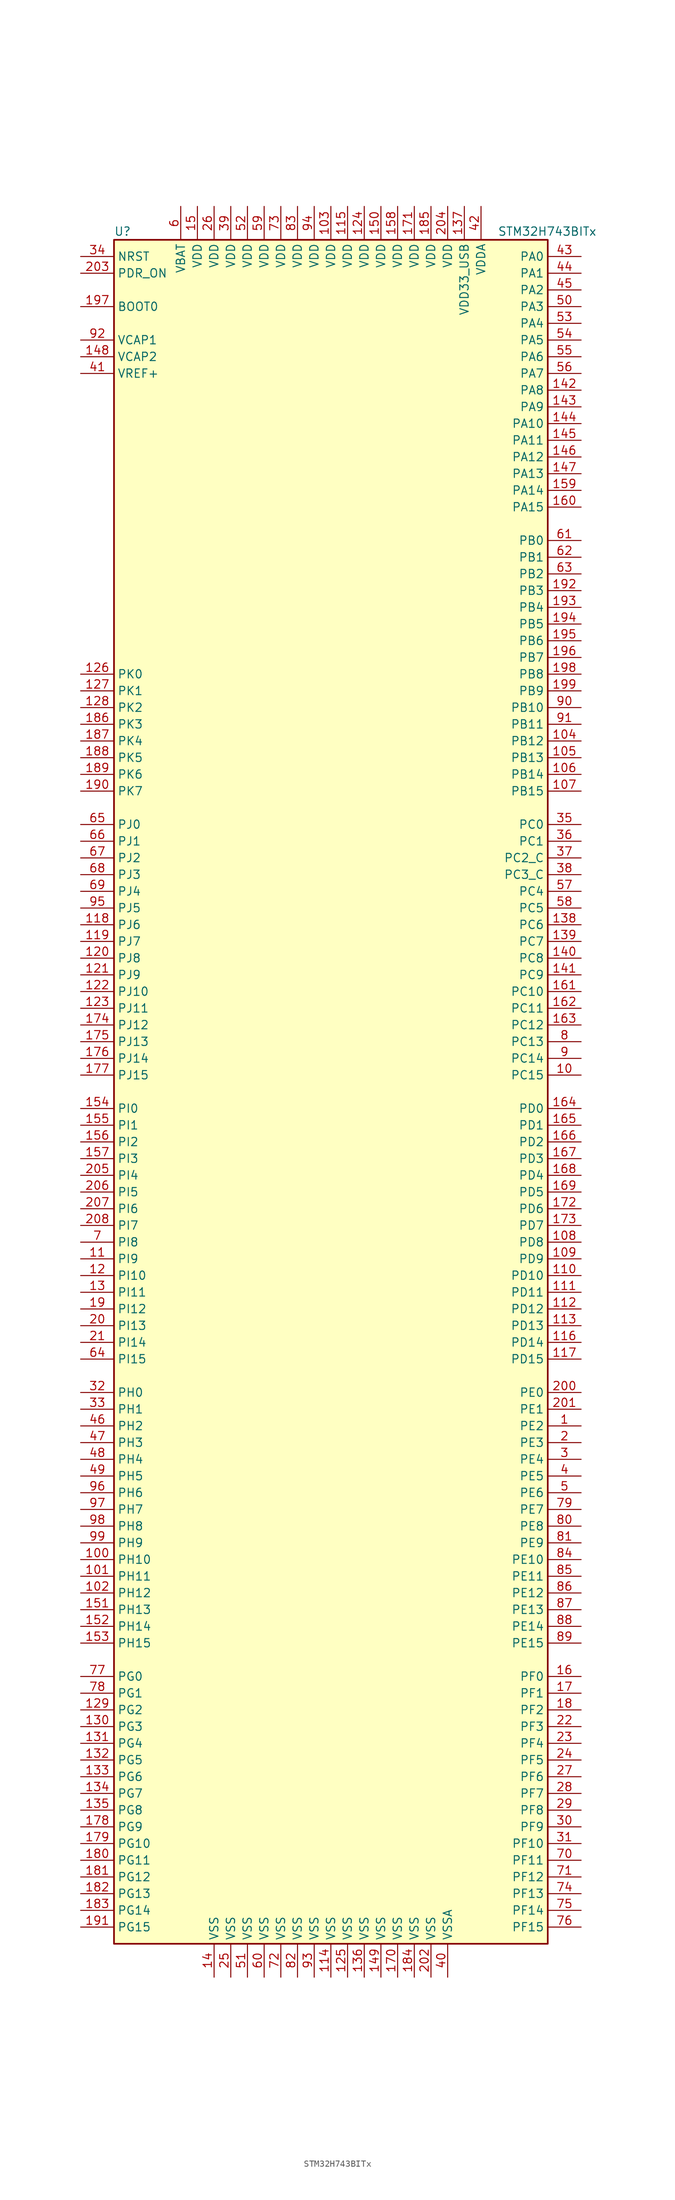
<source format=kicad_sym>
(kicad_symbol_lib
  (version 20201005)
  (generator kicad_symbol_editor)
  (symbol "STM32H743BITx"
    (property "Reference" "U"
      (at -33.02 130.81 0)
      (effects (font (size 1.27 1.27)) (justify left)))
    (property "Value" "STM32H743BITx"
      (at 25.4 130.81 0)
      (effects (font (size 1.27 1.27)) (justify left)))
    (symbol "STM32H743BITx_0_1"
      (rectangle (start -33.02 -129.54) (end 33.02 129.54) (stroke (width 0.254)) (fill (type background))))
    (symbol "STM32H743BITx_1_1"
      (pin bidirectional line (at 38.1 -50.8 180) (length 5.08) (name "PE2" (effects (font (size 1.27 1.27)))) (number "1" (effects (font (size 1.27 1.27)))))
      (pin bidirectional line (at 38.1 2.54 180) (length 5.08) (name "PC15" (effects (font (size 1.27 1.27)))) (number "10" (effects (font (size 1.27 1.27)))))
      (pin bidirectional line (at -38.1 -71.12 0) (length 5.08) (name "PH10" (effects (font (size 1.27 1.27)))) (number "100" (effects (font (size 1.27 1.27)))))
      (pin bidirectional line (at -38.1 -73.66 0) (length 5.08) (name "PH11" (effects (font (size 1.27 1.27)))) (number "101" (effects (font (size 1.27 1.27)))))
      (pin bidirectional line (at -38.1 -76.2 0) (length 5.08) (name "PH12" (effects (font (size 1.27 1.27)))) (number "102" (effects (font (size 1.27 1.27)))))
      (pin power_in line (at 0 134.62 270) (length 5.08) (name "VDD" (effects (font (size 1.27 1.27)))) (number "103" (effects (font (size 1.27 1.27)))))
      (pin bidirectional line (at 38.1 53.34 180) (length 5.08) (name "PB12" (effects (font (size 1.27 1.27)))) (number "104" (effects (font (size 1.27 1.27)))))
      (pin bidirectional line (at 38.1 50.8 180) (length 5.08) (name "PB13" (effects (font (size 1.27 1.27)))) (number "105" (effects (font (size 1.27 1.27)))))
      (pin bidirectional line (at 38.1 48.26 180) (length 5.08) (name "PB14" (effects (font (size 1.27 1.27)))) (number "106" (effects (font (size 1.27 1.27)))))
      (pin bidirectional line (at 38.1 45.72 180) (length 5.08) (name "PB15" (effects (font (size 1.27 1.27)))) (number "107" (effects (font (size 1.27 1.27)))))
      (pin bidirectional line (at 38.1 -22.86 180) (length 5.08) (name "PD8" (effects (font (size 1.27 1.27)))) (number "108" (effects (font (size 1.27 1.27)))))
      (pin bidirectional line (at 38.1 -25.4 180) (length 5.08) (name "PD9" (effects (font (size 1.27 1.27)))) (number "109" (effects (font (size 1.27 1.27)))))
      (pin bidirectional line (at -38.1 -25.4 0) (length 5.08) (name "PI9" (effects (font (size 1.27 1.27)))) (number "11" (effects (font (size 1.27 1.27)))))
      (pin bidirectional line (at 38.1 -27.94 180) (length 5.08) (name "PD10" (effects (font (size 1.27 1.27)))) (number "110" (effects (font (size 1.27 1.27)))))
      (pin bidirectional line (at 38.1 -30.48 180) (length 5.08) (name "PD11" (effects (font (size 1.27 1.27)))) (number "111" (effects (font (size 1.27 1.27)))))
      (pin bidirectional line (at 38.1 -33.02 180) (length 5.08) (name "PD12" (effects (font (size 1.27 1.27)))) (number "112" (effects (font (size 1.27 1.27)))))
      (pin bidirectional line (at 38.1 -35.56 180) (length 5.08) (name "PD13" (effects (font (size 1.27 1.27)))) (number "113" (effects (font (size 1.27 1.27)))))
      (pin power_in line (at 0 -134.62 90) (length 5.08) (name "VSS" (effects (font (size 1.27 1.27)))) (number "114" (effects (font (size 1.27 1.27)))))
      (pin power_in line (at 2.54 134.62 270) (length 5.08) (name "VDD" (effects (font (size 1.27 1.27)))) (number "115" (effects (font (size 1.27 1.27)))))
      (pin bidirectional line (at 38.1 -38.1 180) (length 5.08) (name "PD14" (effects (font (size 1.27 1.27)))) (number "116" (effects (font (size 1.27 1.27)))))
      (pin bidirectional line (at 38.1 -40.64 180) (length 5.08) (name "PD15" (effects (font (size 1.27 1.27)))) (number "117" (effects (font (size 1.27 1.27)))))
      (pin bidirectional line (at -38.1 25.4 0) (length 5.08) (name "PJ6" (effects (font (size 1.27 1.27)))) (number "118" (effects (font (size 1.27 1.27)))))
      (pin bidirectional line (at -38.1 22.86 0) (length 5.08) (name "PJ7" (effects (font (size 1.27 1.27)))) (number "119" (effects (font (size 1.27 1.27)))))
      (pin bidirectional line (at -38.1 -27.94 0) (length 5.08) (name "PI10" (effects (font (size 1.27 1.27)))) (number "12" (effects (font (size 1.27 1.27)))))
      (pin bidirectional line (at -38.1 20.32 0) (length 5.08) (name "PJ8" (effects (font (size 1.27 1.27)))) (number "120" (effects (font (size 1.27 1.27)))))
      (pin bidirectional line (at -38.1 17.78 0) (length 5.08) (name "PJ9" (effects (font (size 1.27 1.27)))) (number "121" (effects (font (size 1.27 1.27)))))
      (pin bidirectional line (at -38.1 15.24 0) (length 5.08) (name "PJ10" (effects (font (size 1.27 1.27)))) (number "122" (effects (font (size 1.27 1.27)))))
      (pin bidirectional line (at -38.1 12.7 0) (length 5.08) (name "PJ11" (effects (font (size 1.27 1.27)))) (number "123" (effects (font (size 1.27 1.27)))))
      (pin power_in line (at 5.08 134.62 270) (length 5.08) (name "VDD" (effects (font (size 1.27 1.27)))) (number "124" (effects (font (size 1.27 1.27)))))
      (pin power_in line (at 2.54 -134.62 90) (length 5.08) (name "VSS" (effects (font (size 1.27 1.27)))) (number "125" (effects (font (size 1.27 1.27)))))
      (pin bidirectional line (at -38.1 63.5 0) (length 5.08) (name "PK0" (effects (font (size 1.27 1.27)))) (number "126" (effects (font (size 1.27 1.27)))))
      (pin bidirectional line (at -38.1 60.96 0) (length 5.08) (name "PK1" (effects (font (size 1.27 1.27)))) (number "127" (effects (font (size 1.27 1.27)))))
      (pin bidirectional line (at -38.1 58.42 0) (length 5.08) (name "PK2" (effects (font (size 1.27 1.27)))) (number "128" (effects (font (size 1.27 1.27)))))
      (pin bidirectional line (at -38.1 -93.98 0) (length 5.08) (name "PG2" (effects (font (size 1.27 1.27)))) (number "129" (effects (font (size 1.27 1.27)))))
      (pin bidirectional line (at -38.1 -30.48 0) (length 5.08) (name "PI11" (effects (font (size 1.27 1.27)))) (number "13" (effects (font (size 1.27 1.27)))))
      (pin bidirectional line (at -38.1 -96.52 0) (length 5.08) (name "PG3" (effects (font (size 1.27 1.27)))) (number "130" (effects (font (size 1.27 1.27)))))
      (pin bidirectional line (at -38.1 -99.06 0) (length 5.08) (name "PG4" (effects (font (size 1.27 1.27)))) (number "131" (effects (font (size 1.27 1.27)))))
      (pin bidirectional line (at -38.1 -101.6 0) (length 5.08) (name "PG5" (effects (font (size 1.27 1.27)))) (number "132" (effects (font (size 1.27 1.27)))))
      (pin bidirectional line (at -38.1 -104.14 0) (length 5.08) (name "PG6" (effects (font (size 1.27 1.27)))) (number "133" (effects (font (size 1.27 1.27)))))
      (pin bidirectional line (at -38.1 -106.68 0) (length 5.08) (name "PG7" (effects (font (size 1.27 1.27)))) (number "134" (effects (font (size 1.27 1.27)))))
      (pin bidirectional line (at -38.1 -109.22 0) (length 5.08) (name "PG8" (effects (font (size 1.27 1.27)))) (number "135" (effects (font (size 1.27 1.27)))))
      (pin power_in line (at 5.08 -134.62 90) (length 5.08) (name "VSS" (effects (font (size 1.27 1.27)))) (number "136" (effects (font (size 1.27 1.27)))))
      (pin power_in line (at 20.32 134.62 270) (length 5.08) (name "VDD33_USB" (effects (font (size 1.27 1.27)))) (number "137" (effects (font (size 1.27 1.27)))))
      (pin bidirectional line (at 38.1 25.4 180) (length 5.08) (name "PC6" (effects (font (size 1.27 1.27)))) (number "138" (effects (font (size 1.27 1.27)))))
      (pin bidirectional line (at 38.1 22.86 180) (length 5.08) (name "PC7" (effects (font (size 1.27 1.27)))) (number "139" (effects (font (size 1.27 1.27)))))
      (pin power_in line (at -17.78 -134.62 90) (length 5.08) (name "VSS" (effects (font (size 1.27 1.27)))) (number "14" (effects (font (size 1.27 1.27)))))
      (pin bidirectional line (at 38.1 20.32 180) (length 5.08) (name "PC8" (effects (font (size 1.27 1.27)))) (number "140" (effects (font (size 1.27 1.27)))))
      (pin bidirectional line (at 38.1 17.78 180) (length 5.08) (name "PC9" (effects (font (size 1.27 1.27)))) (number "141" (effects (font (size 1.27 1.27)))))
      (pin bidirectional line (at 38.1 106.68 180) (length 5.08) (name "PA8" (effects (font (size 1.27 1.27)))) (number "142" (effects (font (size 1.27 1.27)))))
      (pin bidirectional line (at 38.1 104.14 180) (length 5.08) (name "PA9" (effects (font (size 1.27 1.27)))) (number "143" (effects (font (size 1.27 1.27)))))
      (pin bidirectional line (at 38.1 101.6 180) (length 5.08) (name "PA10" (effects (font (size 1.27 1.27)))) (number "144" (effects (font (size 1.27 1.27)))))
      (pin bidirectional line (at 38.1 99.06 180) (length 5.08) (name "PA11" (effects (font (size 1.27 1.27)))) (number "145" (effects (font (size 1.27 1.27)))))
      (pin bidirectional line (at 38.1 96.52 180) (length 5.08) (name "PA12" (effects (font (size 1.27 1.27)))) (number "146" (effects (font (size 1.27 1.27)))))
      (pin bidirectional line (at 38.1 93.98 180) (length 5.08) (name "PA13" (effects (font (size 1.27 1.27)))) (number "147" (effects (font (size 1.27 1.27)))))
      (pin power_in line (at -38.1 111.76 0) (length 5.08) (name "VCAP2" (effects (font (size 1.27 1.27)))) (number "148" (effects (font (size 1.27 1.27)))))
      (pin power_in line (at 7.62 -134.62 90) (length 5.08) (name "VSS" (effects (font (size 1.27 1.27)))) (number "149" (effects (font (size 1.27 1.27)))))
      (pin power_in line (at -20.32 134.62 270) (length 5.08) (name "VDD" (effects (font (size 1.27 1.27)))) (number "15" (effects (font (size 1.27 1.27)))))
      (pin power_in line (at 7.62 134.62 270) (length 5.08) (name "VDD" (effects (font (size 1.27 1.27)))) (number "150" (effects (font (size 1.27 1.27)))))
      (pin bidirectional line (at -38.1 -78.74 0) (length 5.08) (name "PH13" (effects (font (size 1.27 1.27)))) (number "151" (effects (font (size 1.27 1.27)))))
      (pin bidirectional line (at -38.1 -81.28 0) (length 5.08) (name "PH14" (effects (font (size 1.27 1.27)))) (number "152" (effects (font (size 1.27 1.27)))))
      (pin bidirectional line (at -38.1 -83.82 0) (length 5.08) (name "PH15" (effects (font (size 1.27 1.27)))) (number "153" (effects (font (size 1.27 1.27)))))
      (pin bidirectional line (at -38.1 -2.54 0) (length 5.08) (name "PI0" (effects (font (size 1.27 1.27)))) (number "154" (effects (font (size 1.27 1.27)))))
      (pin bidirectional line (at -38.1 -5.08 0) (length 5.08) (name "PI1" (effects (font (size 1.27 1.27)))) (number "155" (effects (font (size 1.27 1.27)))))
      (pin bidirectional line (at -38.1 -7.62 0) (length 5.08) (name "PI2" (effects (font (size 1.27 1.27)))) (number "156" (effects (font (size 1.27 1.27)))))
      (pin bidirectional line (at -38.1 -10.16 0) (length 5.08) (name "PI3" (effects (font (size 1.27 1.27)))) (number "157" (effects (font (size 1.27 1.27)))))
      (pin power_in line (at 10.16 134.62 270) (length 5.08) (name "VDD" (effects (font (size 1.27 1.27)))) (number "158" (effects (font (size 1.27 1.27)))))
      (pin bidirectional line (at 38.1 91.44 180) (length 5.08) (name "PA14" (effects (font (size 1.27 1.27)))) (number "159" (effects (font (size 1.27 1.27)))))
      (pin bidirectional line (at 38.1 -88.9 180) (length 5.08) (name "PF0" (effects (font (size 1.27 1.27)))) (number "16" (effects (font (size 1.27 1.27)))))
      (pin bidirectional line (at 38.1 88.9 180) (length 5.08) (name "PA15" (effects (font (size 1.27 1.27)))) (number "160" (effects (font (size 1.27 1.27)))))
      (pin bidirectional line (at 38.1 15.24 180) (length 5.08) (name "PC10" (effects (font (size 1.27 1.27)))) (number "161" (effects (font (size 1.27 1.27)))))
      (pin bidirectional line (at 38.1 12.7 180) (length 5.08) (name "PC11" (effects (font (size 1.27 1.27)))) (number "162" (effects (font (size 1.27 1.27)))))
      (pin bidirectional line (at 38.1 10.16 180) (length 5.08) (name "PC12" (effects (font (size 1.27 1.27)))) (number "163" (effects (font (size 1.27 1.27)))))
      (pin bidirectional line (at 38.1 -2.54 180) (length 5.08) (name "PD0" (effects (font (size 1.27 1.27)))) (number "164" (effects (font (size 1.27 1.27)))))
      (pin bidirectional line (at 38.1 -5.08 180) (length 5.08) (name "PD1" (effects (font (size 1.27 1.27)))) (number "165" (effects (font (size 1.27 1.27)))))
      (pin bidirectional line (at 38.1 -7.62 180) (length 5.08) (name "PD2" (effects (font (size 1.27 1.27)))) (number "166" (effects (font (size 1.27 1.27)))))
      (pin bidirectional line (at 38.1 -10.16 180) (length 5.08) (name "PD3" (effects (font (size 1.27 1.27)))) (number "167" (effects (font (size 1.27 1.27)))))
      (pin bidirectional line (at 38.1 -12.7 180) (length 5.08) (name "PD4" (effects (font (size 1.27 1.27)))) (number "168" (effects (font (size 1.27 1.27)))))
      (pin bidirectional line (at 38.1 -15.24 180) (length 5.08) (name "PD5" (effects (font (size 1.27 1.27)))) (number "169" (effects (font (size 1.27 1.27)))))
      (pin bidirectional line (at 38.1 -91.44 180) (length 5.08) (name "PF1" (effects (font (size 1.27 1.27)))) (number "17" (effects (font (size 1.27 1.27)))))
      (pin power_in line (at 10.16 -134.62 90) (length 5.08) (name "VSS" (effects (font (size 1.27 1.27)))) (number "170" (effects (font (size 1.27 1.27)))))
      (pin power_in line (at 12.7 134.62 270) (length 5.08) (name "VDD" (effects (font (size 1.27 1.27)))) (number "171" (effects (font (size 1.27 1.27)))))
      (pin bidirectional line (at 38.1 -17.78 180) (length 5.08) (name "PD6" (effects (font (size 1.27 1.27)))) (number "172" (effects (font (size 1.27 1.27)))))
      (pin bidirectional line (at 38.1 -20.32 180) (length 5.08) (name "PD7" (effects (font (size 1.27 1.27)))) (number "173" (effects (font (size 1.27 1.27)))))
      (pin bidirectional line (at -38.1 10.16 0) (length 5.08) (name "PJ12" (effects (font (size 1.27 1.27)))) (number "174" (effects (font (size 1.27 1.27)))))
      (pin bidirectional line (at -38.1 7.62 0) (length 5.08) (name "PJ13" (effects (font (size 1.27 1.27)))) (number "175" (effects (font (size 1.27 1.27)))))
      (pin bidirectional line (at -38.1 5.08 0) (length 5.08) (name "PJ14" (effects (font (size 1.27 1.27)))) (number "176" (effects (font (size 1.27 1.27)))))
      (pin bidirectional line (at -38.1 2.54 0) (length 5.08) (name "PJ15" (effects (font (size 1.27 1.27)))) (number "177" (effects (font (size 1.27 1.27)))))
      (pin bidirectional line (at -38.1 -111.76 0) (length 5.08) (name "PG9" (effects (font (size 1.27 1.27)))) (number "178" (effects (font (size 1.27 1.27)))))
      (pin bidirectional line (at -38.1 -114.3 0) (length 5.08) (name "PG10" (effects (font (size 1.27 1.27)))) (number "179" (effects (font (size 1.27 1.27)))))
      (pin bidirectional line (at 38.1 -93.98 180) (length 5.08) (name "PF2" (effects (font (size 1.27 1.27)))) (number "18" (effects (font (size 1.27 1.27)))))
      (pin bidirectional line (at -38.1 -116.84 0) (length 5.08) (name "PG11" (effects (font (size 1.27 1.27)))) (number "180" (effects (font (size 1.27 1.27)))))
      (pin bidirectional line (at -38.1 -119.38 0) (length 5.08) (name "PG12" (effects (font (size 1.27 1.27)))) (number "181" (effects (font (size 1.27 1.27)))))
      (pin bidirectional line (at -38.1 -121.92 0) (length 5.08) (name "PG13" (effects (font (size 1.27 1.27)))) (number "182" (effects (font (size 1.27 1.27)))))
      (pin bidirectional line (at -38.1 -124.46 0) (length 5.08) (name "PG14" (effects (font (size 1.27 1.27)))) (number "183" (effects (font (size 1.27 1.27)))))
      (pin power_in line (at 12.7 -134.62 90) (length 5.08) (name "VSS" (effects (font (size 1.27 1.27)))) (number "184" (effects (font (size 1.27 1.27)))))
      (pin power_in line (at 15.24 134.62 270) (length 5.08) (name "VDD" (effects (font (size 1.27 1.27)))) (number "185" (effects (font (size 1.27 1.27)))))
      (pin bidirectional line (at -38.1 55.88 0) (length 5.08) (name "PK3" (effects (font (size 1.27 1.27)))) (number "186" (effects (font (size 1.27 1.27)))))
      (pin bidirectional line (at -38.1 53.34 0) (length 5.08) (name "PK4" (effects (font (size 1.27 1.27)))) (number "187" (effects (font (size 1.27 1.27)))))
      (pin bidirectional line (at -38.1 50.8 0) (length 5.08) (name "PK5" (effects (font (size 1.27 1.27)))) (number "188" (effects (font (size 1.27 1.27)))))
      (pin bidirectional line (at -38.1 48.26 0) (length 5.08) (name "PK6" (effects (font (size 1.27 1.27)))) (number "189" (effects (font (size 1.27 1.27)))))
      (pin bidirectional line (at -38.1 -33.02 0) (length 5.08) (name "PI12" (effects (font (size 1.27 1.27)))) (number "19" (effects (font (size 1.27 1.27)))))
      (pin bidirectional line (at -38.1 45.72 0) (length 5.08) (name "PK7" (effects (font (size 1.27 1.27)))) (number "190" (effects (font (size 1.27 1.27)))))
      (pin bidirectional line (at -38.1 -127 0) (length 5.08) (name "PG15" (effects (font (size 1.27 1.27)))) (number "191" (effects (font (size 1.27 1.27)))))
      (pin bidirectional line (at 38.1 76.2 180) (length 5.08) (name "PB3" (effects (font (size 1.27 1.27)))) (number "192" (effects (font (size 1.27 1.27)))))
      (pin bidirectional line (at 38.1 73.66 180) (length 5.08) (name "PB4" (effects (font (size 1.27 1.27)))) (number "193" (effects (font (size 1.27 1.27)))))
      (pin bidirectional line (at 38.1 71.12 180) (length 5.08) (name "PB5" (effects (font (size 1.27 1.27)))) (number "194" (effects (font (size 1.27 1.27)))))
      (pin bidirectional line (at 38.1 68.58 180) (length 5.08) (name "PB6" (effects (font (size 1.27 1.27)))) (number "195" (effects (font (size 1.27 1.27)))))
      (pin bidirectional line (at 38.1 66.04 180) (length 5.08) (name "PB7" (effects (font (size 1.27 1.27)))) (number "196" (effects (font (size 1.27 1.27)))))
      (pin input line (at -38.1 119.38 0) (length 5.08) (name "BOOT0" (effects (font (size 1.27 1.27)))) (number "197" (effects (font (size 1.27 1.27)))))
      (pin bidirectional line (at 38.1 63.5 180) (length 5.08) (name "PB8" (effects (font (size 1.27 1.27)))) (number "198" (effects (font (size 1.27 1.27)))))
      (pin bidirectional line (at 38.1 60.96 180) (length 5.08) (name "PB9" (effects (font (size 1.27 1.27)))) (number "199" (effects (font (size 1.27 1.27)))))
      (pin bidirectional line (at 38.1 -53.34 180) (length 5.08) (name "PE3" (effects (font (size 1.27 1.27)))) (number "2" (effects (font (size 1.27 1.27)))))
      (pin bidirectional line (at -38.1 -35.56 0) (length 5.08) (name "PI13" (effects (font (size 1.27 1.27)))) (number "20" (effects (font (size 1.27 1.27)))))
      (pin bidirectional line (at 38.1 -45.72 180) (length 5.08) (name "PE0" (effects (font (size 1.27 1.27)))) (number "200" (effects (font (size 1.27 1.27)))))
      (pin bidirectional line (at 38.1 -48.26 180) (length 5.08) (name "PE1" (effects (font (size 1.27 1.27)))) (number "201" (effects (font (size 1.27 1.27)))))
      (pin power_in line (at 15.24 -134.62 90) (length 5.08) (name "VSS" (effects (font (size 1.27 1.27)))) (number "202" (effects (font (size 1.27 1.27)))))
      (pin input line (at -38.1 124.46 0) (length 5.08) (name "PDR_ON" (effects (font (size 1.27 1.27)))) (number "203" (effects (font (size 1.27 1.27)))))
      (pin power_in line (at 17.78 134.62 270) (length 5.08) (name "VDD" (effects (font (size 1.27 1.27)))) (number "204" (effects (font (size 1.27 1.27)))))
      (pin bidirectional line (at -38.1 -12.7 0) (length 5.08) (name "PI4" (effects (font (size 1.27 1.27)))) (number "205" (effects (font (size 1.27 1.27)))))
      (pin bidirectional line (at -38.1 -15.24 0) (length 5.08) (name "PI5" (effects (font (size 1.27 1.27)))) (number "206" (effects (font (size 1.27 1.27)))))
      (pin bidirectional line (at -38.1 -17.78 0) (length 5.08) (name "PI6" (effects (font (size 1.27 1.27)))) (number "207" (effects (font (size 1.27 1.27)))))
      (pin bidirectional line (at -38.1 -20.32 0) (length 5.08) (name "PI7" (effects (font (size 1.27 1.27)))) (number "208" (effects (font (size 1.27 1.27)))))
      (pin bidirectional line (at -38.1 -38.1 0) (length 5.08) (name "PI14" (effects (font (size 1.27 1.27)))) (number "21" (effects (font (size 1.27 1.27)))))
      (pin bidirectional line (at 38.1 -96.52 180) (length 5.08) (name "PF3" (effects (font (size 1.27 1.27)))) (number "22" (effects (font (size 1.27 1.27)))))
      (pin bidirectional line (at 38.1 -99.06 180) (length 5.08) (name "PF4" (effects (font (size 1.27 1.27)))) (number "23" (effects (font (size 1.27 1.27)))))
      (pin bidirectional line (at 38.1 -101.6 180) (length 5.08) (name "PF5" (effects (font (size 1.27 1.27)))) (number "24" (effects (font (size 1.27 1.27)))))
      (pin power_in line (at -15.24 -134.62 90) (length 5.08) (name "VSS" (effects (font (size 1.27 1.27)))) (number "25" (effects (font (size 1.27 1.27)))))
      (pin power_in line (at -17.78 134.62 270) (length 5.08) (name "VDD" (effects (font (size 1.27 1.27)))) (number "26" (effects (font (size 1.27 1.27)))))
      (pin bidirectional line (at 38.1 -104.14 180) (length 5.08) (name "PF6" (effects (font (size 1.27 1.27)))) (number "27" (effects (font (size 1.27 1.27)))))
      (pin bidirectional line (at 38.1 -106.68 180) (length 5.08) (name "PF7" (effects (font (size 1.27 1.27)))) (number "28" (effects (font (size 1.27 1.27)))))
      (pin bidirectional line (at 38.1 -109.22 180) (length 5.08) (name "PF8" (effects (font (size 1.27 1.27)))) (number "29" (effects (font (size 1.27 1.27)))))
      (pin bidirectional line (at 38.1 -55.88 180) (length 5.08) (name "PE4" (effects (font (size 1.27 1.27)))) (number "3" (effects (font (size 1.27 1.27)))))
      (pin bidirectional line (at 38.1 -111.76 180) (length 5.08) (name "PF9" (effects (font (size 1.27 1.27)))) (number "30" (effects (font (size 1.27 1.27)))))
      (pin bidirectional line (at 38.1 -114.3 180) (length 5.08) (name "PF10" (effects (font (size 1.27 1.27)))) (number "31" (effects (font (size 1.27 1.27)))))
      (pin input line (at -38.1 -45.72 0) (length 5.08) (name "PH0" (effects (font (size 1.27 1.27)))) (number "32" (effects (font (size 1.27 1.27)))))
      (pin input line (at -38.1 -48.26 0) (length 5.08) (name "PH1" (effects (font (size 1.27 1.27)))) (number "33" (effects (font (size 1.27 1.27)))))
      (pin input line (at -38.1 127 0) (length 5.08) (name "NRST" (effects (font (size 1.27 1.27)))) (number "34" (effects (font (size 1.27 1.27)))))
      (pin bidirectional line (at 38.1 40.64 180) (length 5.08) (name "PC0" (effects (font (size 1.27 1.27)))) (number "35" (effects (font (size 1.27 1.27)))))
      (pin bidirectional line (at 38.1 38.1 180) (length 5.08) (name "PC1" (effects (font (size 1.27 1.27)))) (number "36" (effects (font (size 1.27 1.27)))))
      (pin bidirectional line (at 38.1 35.56 180) (length 5.08) (name "PC2_C" (effects (font (size 1.27 1.27)))) (number "37" (effects (font (size 1.27 1.27)))))
      (pin bidirectional line (at 38.1 33.02 180) (length 5.08) (name "PC3_C" (effects (font (size 1.27 1.27)))) (number "38" (effects (font (size 1.27 1.27)))))
      (pin power_in line (at -15.24 134.62 270) (length 5.08) (name "VDD" (effects (font (size 1.27 1.27)))) (number "39" (effects (font (size 1.27 1.27)))))
      (pin bidirectional line (at 38.1 -58.42 180) (length 5.08) (name "PE5" (effects (font (size 1.27 1.27)))) (number "4" (effects (font (size 1.27 1.27)))))
      (pin power_in line (at 17.78 -134.62 90) (length 5.08) (name "VSSA" (effects (font (size 1.27 1.27)))) (number "40" (effects (font (size 1.27 1.27)))))
      (pin bidirectional line (at -38.1 109.22 0) (length 5.08) (name "VREF+" (effects (font (size 1.27 1.27)))) (number "41" (effects (font (size 1.27 1.27)))))
      (pin power_in line (at 22.86 134.62 270) (length 5.08) (name "VDDA" (effects (font (size 1.27 1.27)))) (number "42" (effects (font (size 1.27 1.27)))))
      (pin bidirectional line (at 38.1 127 180) (length 5.08) (name "PA0" (effects (font (size 1.27 1.27)))) (number "43" (effects (font (size 1.27 1.27)))))
      (pin bidirectional line (at 38.1 124.46 180) (length 5.08) (name "PA1" (effects (font (size 1.27 1.27)))) (number "44" (effects (font (size 1.27 1.27)))))
      (pin bidirectional line (at 38.1 121.92 180) (length 5.08) (name "PA2" (effects (font (size 1.27 1.27)))) (number "45" (effects (font (size 1.27 1.27)))))
      (pin bidirectional line (at -38.1 -50.8 0) (length 5.08) (name "PH2" (effects (font (size 1.27 1.27)))) (number "46" (effects (font (size 1.27 1.27)))))
      (pin bidirectional line (at -38.1 -53.34 0) (length 5.08) (name "PH3" (effects (font (size 1.27 1.27)))) (number "47" (effects (font (size 1.27 1.27)))))
      (pin bidirectional line (at -38.1 -55.88 0) (length 5.08) (name "PH4" (effects (font (size 1.27 1.27)))) (number "48" (effects (font (size 1.27 1.27)))))
      (pin bidirectional line (at -38.1 -58.42 0) (length 5.08) (name "PH5" (effects (font (size 1.27 1.27)))) (number "49" (effects (font (size 1.27 1.27)))))
      (pin bidirectional line (at 38.1 -60.96 180) (length 5.08) (name "PE6" (effects (font (size 1.27 1.27)))) (number "5" (effects (font (size 1.27 1.27)))))
      (pin bidirectional line (at 38.1 119.38 180) (length 5.08) (name "PA3" (effects (font (size 1.27 1.27)))) (number "50" (effects (font (size 1.27 1.27)))))
      (pin power_in line (at -12.7 -134.62 90) (length 5.08) (name "VSS" (effects (font (size 1.27 1.27)))) (number "51" (effects (font (size 1.27 1.27)))))
      (pin power_in line (at -12.7 134.62 270) (length 5.08) (name "VDD" (effects (font (size 1.27 1.27)))) (number "52" (effects (font (size 1.27 1.27)))))
      (pin bidirectional line (at 38.1 116.84 180) (length 5.08) (name "PA4" (effects (font (size 1.27 1.27)))) (number "53" (effects (font (size 1.27 1.27)))))
      (pin bidirectional line (at 38.1 114.3 180) (length 5.08) (name "PA5" (effects (font (size 1.27 1.27)))) (number "54" (effects (font (size 1.27 1.27)))))
      (pin bidirectional line (at 38.1 111.76 180) (length 5.08) (name "PA6" (effects (font (size 1.27 1.27)))) (number "55" (effects (font (size 1.27 1.27)))))
      (pin bidirectional line (at 38.1 109.22 180) (length 5.08) (name "PA7" (effects (font (size 1.27 1.27)))) (number "56" (effects (font (size 1.27 1.27)))))
      (pin bidirectional line (at 38.1 30.48 180) (length 5.08) (name "PC4" (effects (font (size 1.27 1.27)))) (number "57" (effects (font (size 1.27 1.27)))))
      (pin bidirectional line (at 38.1 27.94 180) (length 5.08) (name "PC5" (effects (font (size 1.27 1.27)))) (number "58" (effects (font (size 1.27 1.27)))))
      (pin power_in line (at -10.16 134.62 270) (length 5.08) (name "VDD" (effects (font (size 1.27 1.27)))) (number "59" (effects (font (size 1.27 1.27)))))
      (pin power_in line (at -22.86 134.62 270) (length 5.08) (name "VBAT" (effects (font (size 1.27 1.27)))) (number "6" (effects (font (size 1.27 1.27)))))
      (pin power_in line (at -10.16 -134.62 90) (length 5.08) (name "VSS" (effects (font (size 1.27 1.27)))) (number "60" (effects (font (size 1.27 1.27)))))
      (pin bidirectional line (at 38.1 83.82 180) (length 5.08) (name "PB0" (effects (font (size 1.27 1.27)))) (number "61" (effects (font (size 1.27 1.27)))))
      (pin bidirectional line (at 38.1 81.28 180) (length 5.08) (name "PB1" (effects (font (size 1.27 1.27)))) (number "62" (effects (font (size 1.27 1.27)))))
      (pin bidirectional line (at 38.1 78.74 180) (length 5.08) (name "PB2" (effects (font (size 1.27 1.27)))) (number "63" (effects (font (size 1.27 1.27)))))
      (pin bidirectional line (at -38.1 -40.64 0) (length 5.08) (name "PI15" (effects (font (size 1.27 1.27)))) (number "64" (effects (font (size 1.27 1.27)))))
      (pin bidirectional line (at -38.1 40.64 0) (length 5.08) (name "PJ0" (effects (font (size 1.27 1.27)))) (number "65" (effects (font (size 1.27 1.27)))))
      (pin bidirectional line (at -38.1 38.1 0) (length 5.08) (name "PJ1" (effects (font (size 1.27 1.27)))) (number "66" (effects (font (size 1.27 1.27)))))
      (pin bidirectional line (at -38.1 35.56 0) (length 5.08) (name "PJ2" (effects (font (size 1.27 1.27)))) (number "67" (effects (font (size 1.27 1.27)))))
      (pin bidirectional line (at -38.1 33.02 0) (length 5.08) (name "PJ3" (effects (font (size 1.27 1.27)))) (number "68" (effects (font (size 1.27 1.27)))))
      (pin bidirectional line (at -38.1 30.48 0) (length 5.08) (name "PJ4" (effects (font (size 1.27 1.27)))) (number "69" (effects (font (size 1.27 1.27)))))
      (pin bidirectional line (at -38.1 -22.86 0) (length 5.08) (name "PI8" (effects (font (size 1.27 1.27)))) (number "7" (effects (font (size 1.27 1.27)))))
      (pin bidirectional line (at 38.1 -116.84 180) (length 5.08) (name "PF11" (effects (font (size 1.27 1.27)))) (number "70" (effects (font (size 1.27 1.27)))))
      (pin bidirectional line (at 38.1 -119.38 180) (length 5.08) (name "PF12" (effects (font (size 1.27 1.27)))) (number "71" (effects (font (size 1.27 1.27)))))
      (pin power_in line (at -7.62 -134.62 90) (length 5.08) (name "VSS" (effects (font (size 1.27 1.27)))) (number "72" (effects (font (size 1.27 1.27)))))
      (pin power_in line (at -7.62 134.62 270) (length 5.08) (name "VDD" (effects (font (size 1.27 1.27)))) (number "73" (effects (font (size 1.27 1.27)))))
      (pin bidirectional line (at 38.1 -121.92 180) (length 5.08) (name "PF13" (effects (font (size 1.27 1.27)))) (number "74" (effects (font (size 1.27 1.27)))))
      (pin bidirectional line (at 38.1 -124.46 180) (length 5.08) (name "PF14" (effects (font (size 1.27 1.27)))) (number "75" (effects (font (size 1.27 1.27)))))
      (pin bidirectional line (at 38.1 -127 180) (length 5.08) (name "PF15" (effects (font (size 1.27 1.27)))) (number "76" (effects (font (size 1.27 1.27)))))
      (pin bidirectional line (at -38.1 -88.9 0) (length 5.08) (name "PG0" (effects (font (size 1.27 1.27)))) (number "77" (effects (font (size 1.27 1.27)))))
      (pin bidirectional line (at -38.1 -91.44 0) (length 5.08) (name "PG1" (effects (font (size 1.27 1.27)))) (number "78" (effects (font (size 1.27 1.27)))))
      (pin bidirectional line (at 38.1 -63.5 180) (length 5.08) (name "PE7" (effects (font (size 1.27 1.27)))) (number "79" (effects (font (size 1.27 1.27)))))
      (pin bidirectional line (at 38.1 7.62 180) (length 5.08) (name "PC13" (effects (font (size 1.27 1.27)))) (number "8" (effects (font (size 1.27 1.27)))))
      (pin bidirectional line (at 38.1 -66.04 180) (length 5.08) (name "PE8" (effects (font (size 1.27 1.27)))) (number "80" (effects (font (size 1.27 1.27)))))
      (pin bidirectional line (at 38.1 -68.58 180) (length 5.08) (name "PE9" (effects (font (size 1.27 1.27)))) (number "81" (effects (font (size 1.27 1.27)))))
      (pin power_in line (at -5.08 -134.62 90) (length 5.08) (name "VSS" (effects (font (size 1.27 1.27)))) (number "82" (effects (font (size 1.27 1.27)))))
      (pin power_in line (at -5.08 134.62 270) (length 5.08) (name "VDD" (effects (font (size 1.27 1.27)))) (number "83" (effects (font (size 1.27 1.27)))))
      (pin bidirectional line (at 38.1 -71.12 180) (length 5.08) (name "PE10" (effects (font (size 1.27 1.27)))) (number "84" (effects (font (size 1.27 1.27)))))
      (pin bidirectional line (at 38.1 -73.66 180) (length 5.08) (name "PE11" (effects (font (size 1.27 1.27)))) (number "85" (effects (font (size 1.27 1.27)))))
      (pin bidirectional line (at 38.1 -76.2 180) (length 5.08) (name "PE12" (effects (font (size 1.27 1.27)))) (number "86" (effects (font (size 1.27 1.27)))))
      (pin bidirectional line (at 38.1 -78.74 180) (length 5.08) (name "PE13" (effects (font (size 1.27 1.27)))) (number "87" (effects (font (size 1.27 1.27)))))
      (pin bidirectional line (at 38.1 -81.28 180) (length 5.08) (name "PE14" (effects (font (size 1.27 1.27)))) (number "88" (effects (font (size 1.27 1.27)))))
      (pin bidirectional line (at 38.1 -83.82 180) (length 5.08) (name "PE15" (effects (font (size 1.27 1.27)))) (number "89" (effects (font (size 1.27 1.27)))))
      (pin bidirectional line (at 38.1 5.08 180) (length 5.08) (name "PC14" (effects (font (size 1.27 1.27)))) (number "9" (effects (font (size 1.27 1.27)))))
      (pin bidirectional line (at 38.1 58.42 180) (length 5.08) (name "PB10" (effects (font (size 1.27 1.27)))) (number "90" (effects (font (size 1.27 1.27)))))
      (pin bidirectional line (at 38.1 55.88 180) (length 5.08) (name "PB11" (effects (font (size 1.27 1.27)))) (number "91" (effects (font (size 1.27 1.27)))))
      (pin power_in line (at -38.1 114.3 0) (length 5.08) (name "VCAP1" (effects (font (size 1.27 1.27)))) (number "92" (effects (font (size 1.27 1.27)))))
      (pin power_in line (at -2.54 -134.62 90) (length 5.08) (name "VSS" (effects (font (size 1.27 1.27)))) (number "93" (effects (font (size 1.27 1.27)))))
      (pin power_in line (at -2.54 134.62 270) (length 5.08) (name "VDD" (effects (font (size 1.27 1.27)))) (number "94" (effects (font (size 1.27 1.27)))))
      (pin bidirectional line (at -38.1 27.94 0) (length 5.08) (name "PJ5" (effects (font (size 1.27 1.27)))) (number "95" (effects (font (size 1.27 1.27)))))
      (pin bidirectional line (at -38.1 -60.96 0) (length 5.08) (name "PH6" (effects (font (size 1.27 1.27)))) (number "96" (effects (font (size 1.27 1.27)))))
      (pin bidirectional line (at -38.1 -63.5 0) (length 5.08) (name "PH7" (effects (font (size 1.27 1.27)))) (number "97" (effects (font (size 1.27 1.27)))))
      (pin bidirectional line (at -38.1 -66.04 0) (length 5.08) (name "PH8" (effects (font (size 1.27 1.27)))) (number "98" (effects (font (size 1.27 1.27)))))
      (pin bidirectional line (at -38.1 -68.58 0) (length 5.08) (name "PH9" (effects (font (size 1.27 1.27)))) (number "99" (effects (font (size 1.27 1.27))))))))
</source>
